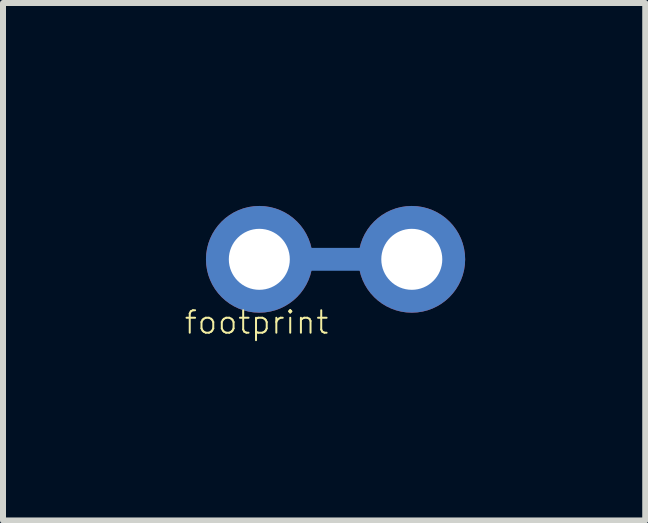
<source format=kicad_pcb>
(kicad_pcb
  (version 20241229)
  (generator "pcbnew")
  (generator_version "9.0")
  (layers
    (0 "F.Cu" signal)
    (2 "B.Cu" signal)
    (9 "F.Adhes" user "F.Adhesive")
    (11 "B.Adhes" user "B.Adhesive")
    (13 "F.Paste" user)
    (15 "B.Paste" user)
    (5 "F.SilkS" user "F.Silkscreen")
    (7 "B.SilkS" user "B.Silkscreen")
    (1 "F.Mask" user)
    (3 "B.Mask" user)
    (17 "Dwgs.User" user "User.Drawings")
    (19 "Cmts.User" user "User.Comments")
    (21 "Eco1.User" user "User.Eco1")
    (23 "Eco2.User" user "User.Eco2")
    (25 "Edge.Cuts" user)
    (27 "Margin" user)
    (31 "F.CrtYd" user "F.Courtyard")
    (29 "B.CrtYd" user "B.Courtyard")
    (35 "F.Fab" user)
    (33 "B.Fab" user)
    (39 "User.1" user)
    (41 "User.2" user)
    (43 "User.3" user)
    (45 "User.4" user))
  (footprint "footprint"
    (layer "F.Cu")
    (at 2.54 1.27)
    (property "Reference" "footprint" (at -2.54 1.27 0) (layer "F.SilkS") (effects (font (size 0.374 0.374) (thickness 0.033)) (justify left bottom)))
    (fp_poly (pts (xy -0.305 1.27) (xy 0.305 1.27) (xy 0.305 -1.27) (xy -0.305 -1.27)) (stroke (width 0) (type solid)) (fill yes) (layer "B.Mask"))
    (pad "1" thru_hole circle (at -1.27 0) (size 1.778 1.778) (drill 1.016) (layers "*.Cu" "*.Mask"))
    (pad "2" thru_hole circle (at 1.27 0) (size 1.778 1.778) (drill 1.016) (layers "*.Cu" "*.Mask"))
    (pad "P$1" smd rect (at 0 0 180) (size 1.27 0.381) (layers "B.Cu" "B.Mask" "B.Paste")))
  (gr_rect
    (start -3 -3)
    (end 7.699 5.62)
    (stroke (width 0.1) (type default))
    (fill no)
    (layer "Edge.Cuts")))
</source>
